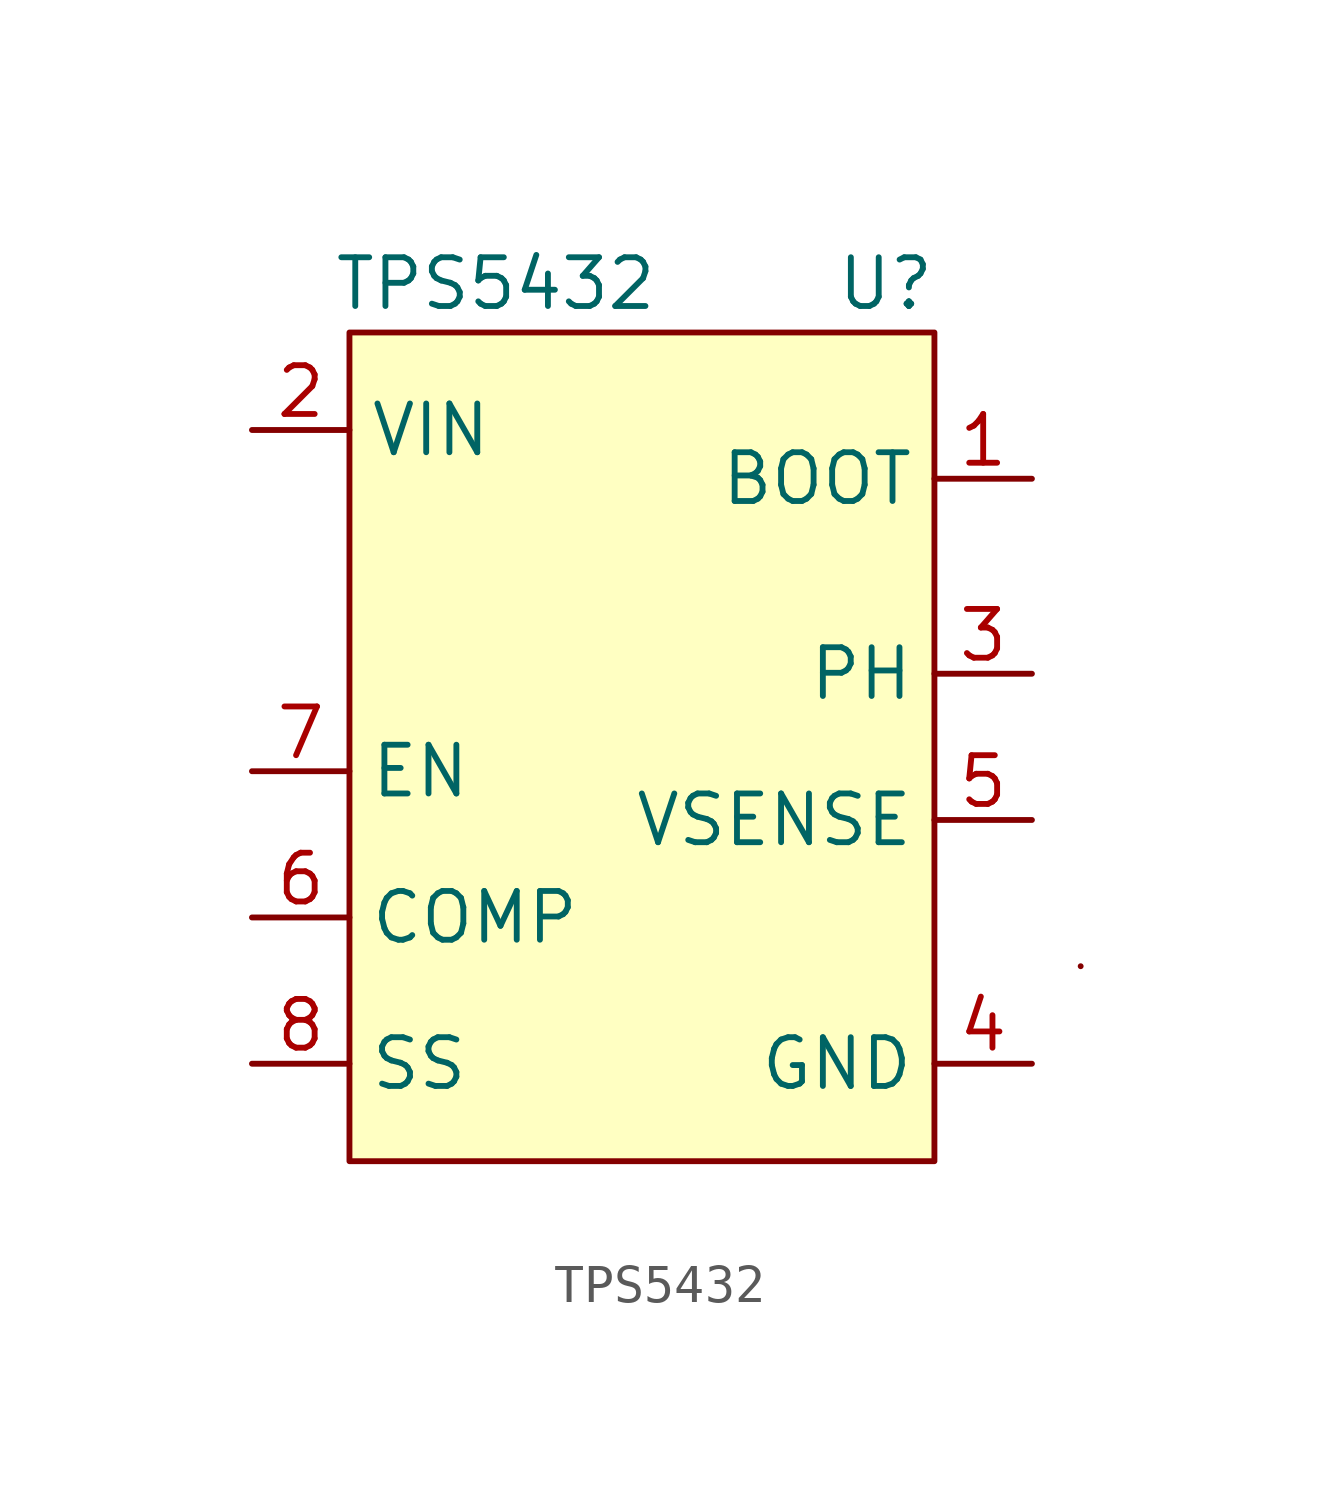
<source format=kicad_sym>
(kicad_symbol_lib
  (version 20211014)
  (generator kicad_symbol_editor)
  (symbol "TPS5432"
    (property "Reference" "U"
      (at 6.35 11.43 0)
      (effects (font (size 1.27 1.27))))
    (property "Value" "TPS5432"
      (at -3.81 11.43 0)
      (effects (font (size 1.27 1.27))))
    (symbol "TPS5432_0_1"
      (rectangle (start -7.62 -11.43) (end 7.62 10.16) (stroke (width 0) (type default) (color 0 0 0 0)) (fill (type background)))
      (rectangle (start 11.43 -6.35) (end 11.43 -6.35) (stroke (width 0) (type default) (color 0 0 0 0)) (fill (type none))))
    (symbol "TPS5432_1_1"
      (pin output line (at 10.16 6.35 180) (length 2.54) (name "BOOT" (effects (font (size 1.27 1.27)))) (number "1" (effects (font (size 1.27 1.27)))))
      (pin power_in line (at -10.16 7.62 0) (length 2.54) (name "VIN" (effects (font (size 1.27 1.27)))) (number "2" (effects (font (size 1.27 1.27)))))
      (pin power_out line (at 10.16 1.27 180) (length 2.54) (name "PH" (effects (font (size 1.27 1.27)))) (number "3" (effects (font (size 1.27 1.27)))))
      (pin passive line (at 10.16 -8.89 180) (length 2.54) (name "GND" (effects (font (size 1.27 1.27)))) (number "4" (effects (font (size 1.27 1.27)))))
      (pin input line (at 10.16 -2.54 180) (length 2.54) (name "VSENSE" (effects (font (size 1.27 1.27)))) (number "5" (effects (font (size 1.27 1.27)))))
      (pin bidirectional line (at -10.16 -5.08 0) (length 2.54) (name "COMP" (effects (font (size 1.27 1.27)))) (number "6" (effects (font (size 1.27 1.27)))))
      (pin input line (at -10.16 -1.27 0) (length 2.54) (name "EN" (effects (font (size 1.27 1.27)))) (number "7" (effects (font (size 1.27 1.27)))))
      (pin input line (at -10.16 -8.89 0) (length 2.54) (name "SS" (effects (font (size 1.27 1.27)))) (number "8" (effects (font (size 1.27 1.27))))))))
</source>
